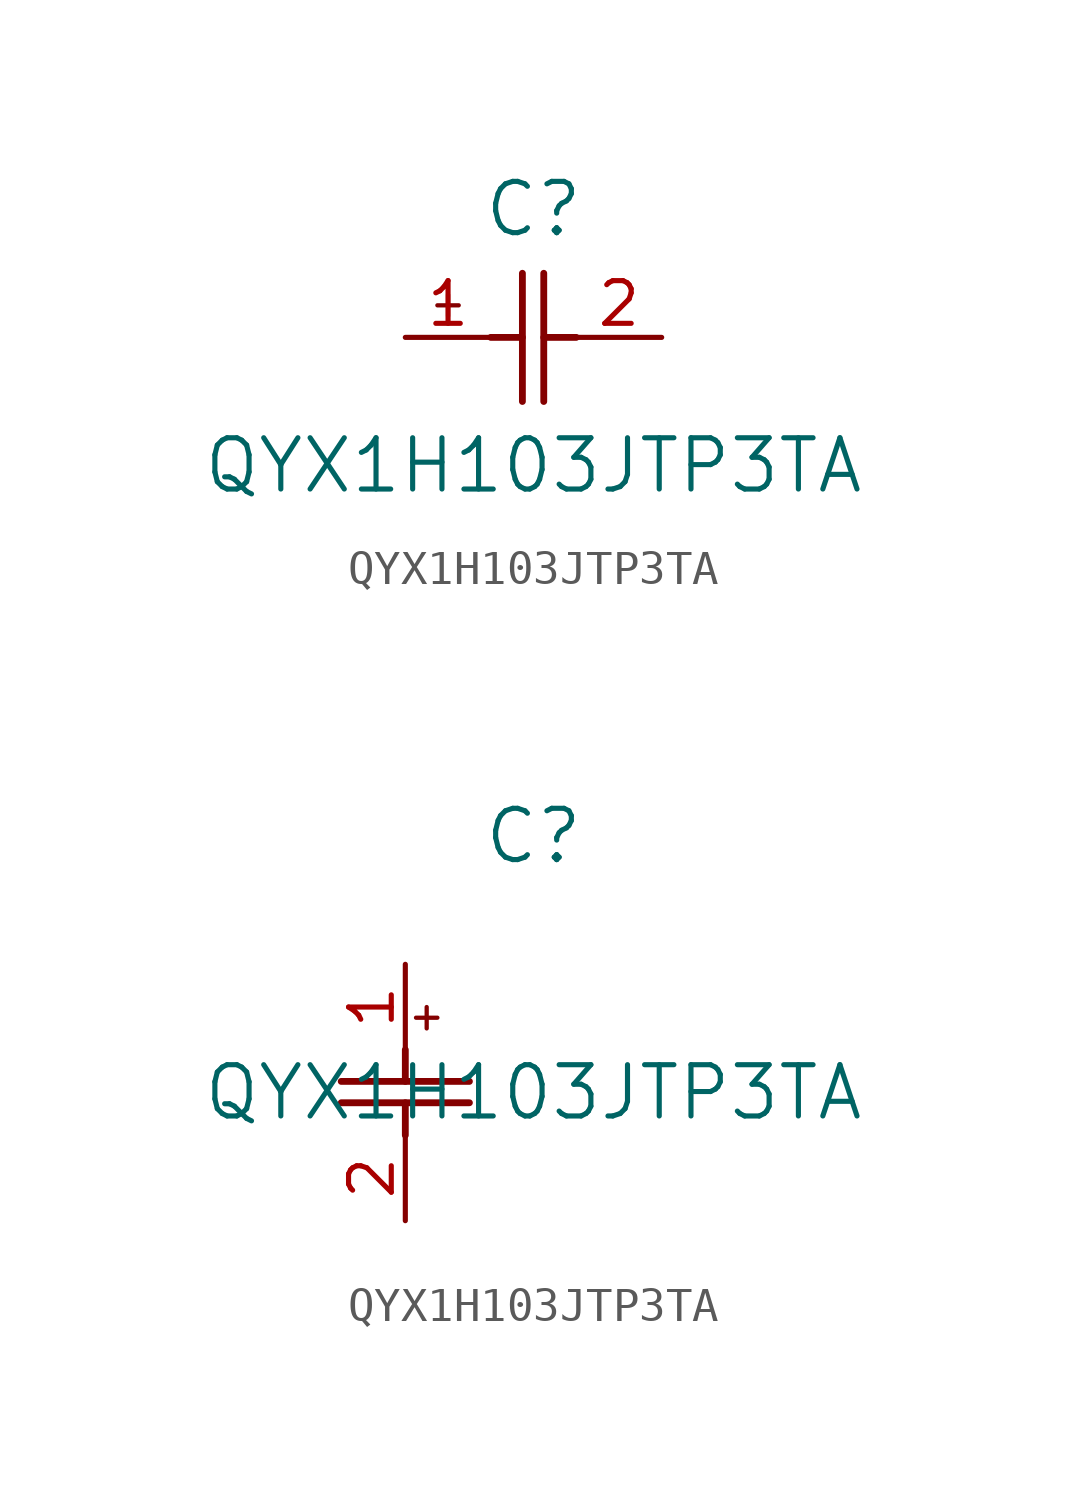
<source format=kicad_sym>
(kicad_symbol_lib
  (version 20211014)
  (generator kicad_symbol_editor)
  (symbol "QYX1H103JTP3TA"
    (pin_names
      (offset 0.254))
    (property "Reference" "C"
      (at 3.81 3.81 0)
      (effects (font (size 1.524 1.524))))
    (property "Value" "QYX1H103JTP3TA"
      (at 3.81 -3.81 0)
      (effects (font (size 1.524 1.524))))
    (symbol "QYX1H103JTP3TA_1_1"
      (polyline (pts (xy 3.48 -1.905) (xy 3.48 1.905)) (stroke (width 0.203) (type default) (color 0 0 0 0)) (fill (type none)))
      (polyline (pts (xy 4.115 -1.905) (xy 4.115 1.905)) (stroke (width 0.203) (type default) (color 0 0 0 0)) (fill (type none)))
      (polyline (pts (xy 4.115 0) (xy 5.08 0)) (stroke (width 0.203) (type default) (color 0 0 0 0)) (fill (type none)))
      (polyline (pts (xy 2.54 0) (xy 3.48 0)) (stroke (width 0.203) (type default) (color 0 0 0 0)) (fill (type none)))
      (polyline (pts (xy 1.27 1.27) (xy 1.27 0.635)) (stroke (width 0.127) (type default) (color 0 0 0 0)) (fill (type none)))
      (polyline (pts (xy 0.953 0.953) (xy 1.587 0.953)) (stroke (width 0.127) (type default) (color 0 0 0 0)) (fill (type none)))
      (pin unspecified line (at 0 0 0) (length 2.54) (name "" (effects (font (size 1.27 1.27)))) (number "1" (effects (font (size 1.27 1.27)))))
      (pin unspecified line (at 7.62 0 180) (length 2.54) (name "" (effects (font (size 1.27 1.27)))) (number "2" (effects (font (size 1.27 1.27))))))
    (symbol "QYX1H103JTP3TA_1_2"
      (polyline (pts (xy -1.905 -3.48) (xy 1.905 -3.48)) (stroke (width 0.203) (type default) (color 0 0 0 0)) (fill (type none)))
      (polyline (pts (xy -1.905 -4.115) (xy 1.905 -4.115)) (stroke (width 0.203) (type default) (color 0 0 0 0)) (fill (type none)))
      (polyline (pts (xy 0 -4.115) (xy 0 -5.08)) (stroke (width 0.203) (type default) (color 0 0 0 0)) (fill (type none)))
      (polyline (pts (xy 0 -2.54) (xy 0 -3.48)) (stroke (width 0.203) (type default) (color 0 0 0 0)) (fill (type none)))
      (polyline (pts (xy 0.635 -1.27) (xy 0.635 -1.905)) (stroke (width 0.127) (type default) (color 0 0 0 0)) (fill (type none)))
      (polyline (pts (xy 0.318 -1.587) (xy 0.953 -1.587)) (stroke (width 0.127) (type default) (color 0 0 0 0)) (fill (type none)))
      (pin unspecified line (at 0 0 270) (length 2.54) (name "" (effects (font (size 1.27 1.27)))) (number "1" (effects (font (size 1.27 1.27)))))
      (pin unspecified line (at 0 -7.62 90) (length 2.54) (name "" (effects (font (size 1.27 1.27)))) (number "2" (effects (font (size 1.27 1.27))))))))
</source>
